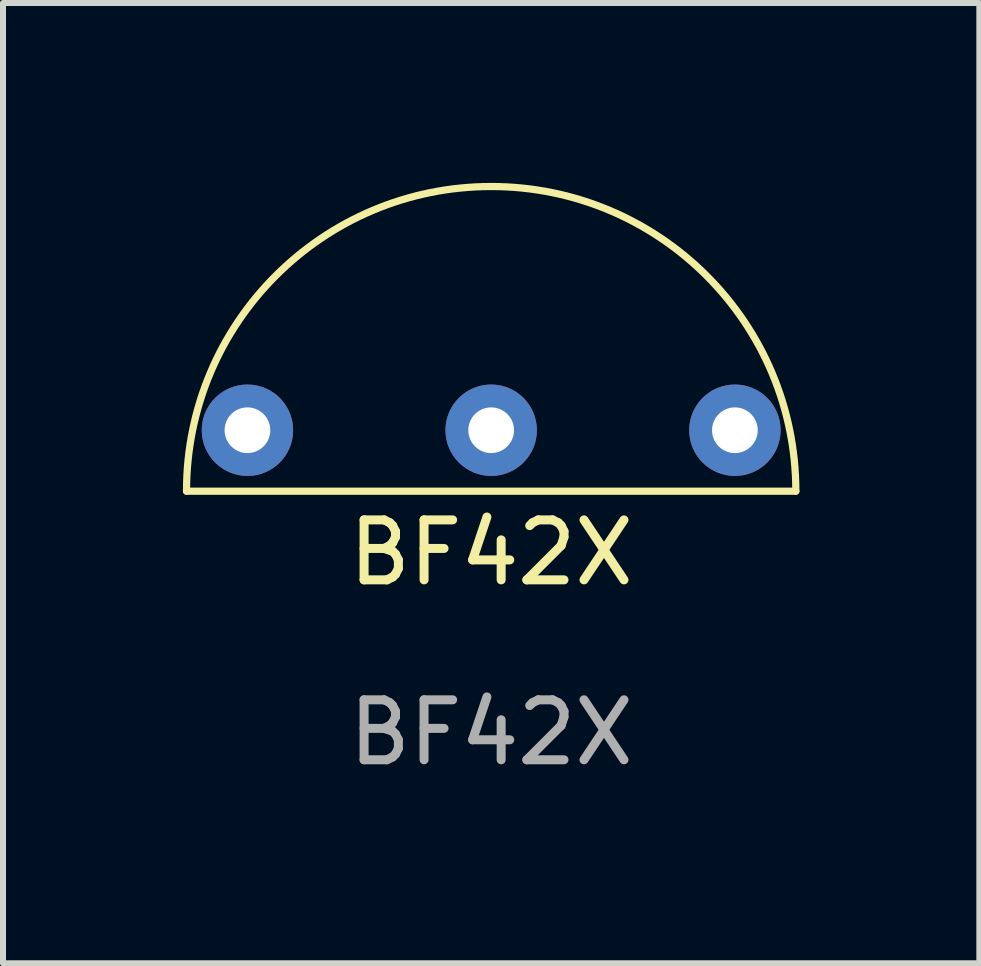
<source format=kicad_pcb>
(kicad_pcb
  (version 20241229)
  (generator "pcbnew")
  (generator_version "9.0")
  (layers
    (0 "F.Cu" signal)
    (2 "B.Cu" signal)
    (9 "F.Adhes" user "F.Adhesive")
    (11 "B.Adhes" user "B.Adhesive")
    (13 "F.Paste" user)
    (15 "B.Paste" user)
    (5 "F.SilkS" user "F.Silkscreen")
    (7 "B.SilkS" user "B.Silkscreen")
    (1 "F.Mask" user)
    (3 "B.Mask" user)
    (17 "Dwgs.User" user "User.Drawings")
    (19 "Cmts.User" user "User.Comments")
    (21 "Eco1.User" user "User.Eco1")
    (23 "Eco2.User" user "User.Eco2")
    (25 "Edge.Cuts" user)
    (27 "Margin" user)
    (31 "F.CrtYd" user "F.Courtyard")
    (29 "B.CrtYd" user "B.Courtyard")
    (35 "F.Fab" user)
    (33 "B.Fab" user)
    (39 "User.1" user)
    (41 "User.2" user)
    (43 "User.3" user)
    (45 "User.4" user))
  (footprint "BF42X"
    (layer "F.Cu")
    (at 5.14 6.664)
    (property "Reference" "BF42X" (at 0 -0.5 0) (unlocked yes) (layer "F.SilkS") (effects (font (size 1 1) (thickness 0.15))))
    (attr through_hole)
    (fp_line (start 5.08 -1.524) (end -5.08 -1.524) (stroke (width 0.12) (type solid)) (layer "F.SilkS"))
    (fp_arc (start -5.08 -1.524) (mid 0 -6.604) (end 5.08 -1.524) (stroke (width 0.12) (type solid)) (layer "F.SilkS"))
    (fp_text user "${REFERENCE}" (at 0 2.5 0) (unlocked yes) (layer "F.Fab") (effects (font (size 1 1) (thickness 0.15))))
    (pad "1" thru_hole circle (at -4.064 -2.54) (size 1.524 1.524) (drill 0.762) (layers "*.Cu" "*.Mask"))
    (pad "2" thru_hole circle (at 0 -2.54) (size 1.524 1.524) (drill 0.762) (layers "*.Cu" "*.Mask"))
    (pad "3" thru_hole circle (at 4.064 -2.54) (size 1.524 1.524) (drill 0.762) (layers "*.Cu" "*.Mask")))
  (gr_rect
    (start -3 -3)
    (end 13.28 13.012)
    (stroke (width 0.1) (type default))
    (fill no)
    (layer "Edge.Cuts")))
</source>
